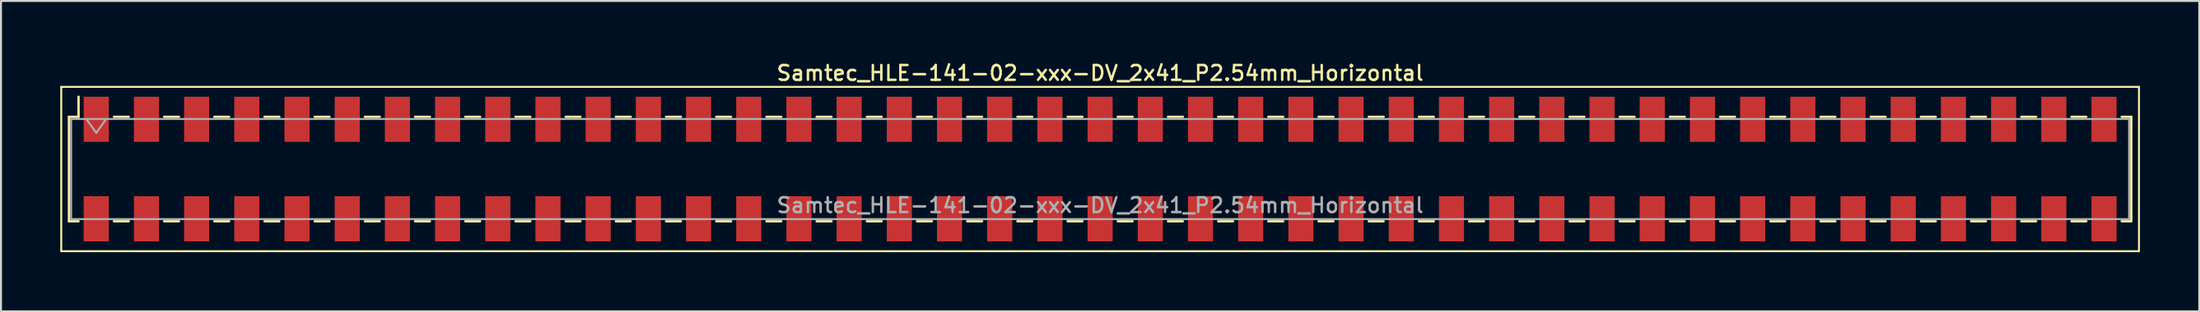
<source format=kicad_pcb>
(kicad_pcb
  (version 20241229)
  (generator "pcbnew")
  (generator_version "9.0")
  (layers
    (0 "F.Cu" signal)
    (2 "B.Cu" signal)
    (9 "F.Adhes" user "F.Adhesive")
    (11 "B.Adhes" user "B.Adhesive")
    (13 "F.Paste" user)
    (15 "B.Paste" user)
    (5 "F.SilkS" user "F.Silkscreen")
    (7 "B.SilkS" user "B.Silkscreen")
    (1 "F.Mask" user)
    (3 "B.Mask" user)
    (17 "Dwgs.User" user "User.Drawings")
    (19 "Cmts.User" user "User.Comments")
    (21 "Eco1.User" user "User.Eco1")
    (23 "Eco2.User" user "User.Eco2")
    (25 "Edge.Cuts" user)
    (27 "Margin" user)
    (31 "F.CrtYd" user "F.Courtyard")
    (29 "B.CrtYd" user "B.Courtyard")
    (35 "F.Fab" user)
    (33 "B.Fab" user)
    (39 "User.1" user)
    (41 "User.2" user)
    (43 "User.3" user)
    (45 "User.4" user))
  (footprint "Samtec_HLE-141-02-xxx-DV_2x41_P2.54mm_Horizontal"
    (layer "F.Cu")
    (at 52.62 5.528)
    (property "Reference" "Samtec_HLE-141-02-xxx-DV_2x41_P2.54mm_Horizontal" (at 0 -4.87 0) (layer "F.SilkS") (effects (font (size 0.75 0.75) (thickness 0.125))))
    (attr smd)
    (fp_line (start -52.57 -4.17) (end 52.57 -4.17) (stroke (width 0.1) (type solid)) (layer "F.SilkS"))
    (fp_line (start -52.57 4.17) (end -52.57 -4.17) (stroke (width 0.1) (type solid)) (layer "F.SilkS"))
    (fp_line (start -52.18 -2.65) (end -52.18 2.65) (stroke (width 0.12) (type solid)) (layer "F.SilkS"))
    (fp_line (start -52.18 2.65) (end -51.695 2.65) (stroke (width 0.12) (type solid)) (layer "F.SilkS"))
    (fp_line (start -51.695 -3.67) (end -51.695 -2.65) (stroke (width 0.12) (type solid)) (layer "F.SilkS"))
    (fp_line (start -51.695 -2.65) (end -52.18 -2.65) (stroke (width 0.12) (type solid)) (layer "F.SilkS"))
    (fp_line (start -49.905 -2.65) (end -49.155 -2.65) (stroke (width 0.12) (type solid)) (layer "F.SilkS"))
    (fp_line (start -49.905 2.65) (end -49.155 2.65) (stroke (width 0.12) (type solid)) (layer "F.SilkS"))
    (fp_line (start -47.365 -2.65) (end -46.615 -2.65) (stroke (width 0.12) (type solid)) (layer "F.SilkS"))
    (fp_line (start -47.365 2.65) (end -46.615 2.65) (stroke (width 0.12) (type solid)) (layer "F.SilkS"))
    (fp_line (start -44.825 -2.65) (end -44.075 -2.65) (stroke (width 0.12) (type solid)) (layer "F.SilkS"))
    (fp_line (start -44.825 2.65) (end -44.075 2.65) (stroke (width 0.12) (type solid)) (layer "F.SilkS"))
    (fp_line (start -42.285 -2.65) (end -41.535 -2.65) (stroke (width 0.12) (type solid)) (layer "F.SilkS"))
    (fp_line (start -42.285 2.65) (end -41.535 2.65) (stroke (width 0.12) (type solid)) (layer "F.SilkS"))
    (fp_line (start -39.745 -2.65) (end -38.995 -2.65) (stroke (width 0.12) (type solid)) (layer "F.SilkS"))
    (fp_line (start -39.745 2.65) (end -38.995 2.65) (stroke (width 0.12) (type solid)) (layer "F.SilkS"))
    (fp_line (start -37.205 -2.65) (end -36.455 -2.65) (stroke (width 0.12) (type solid)) (layer "F.SilkS"))
    (fp_line (start -37.205 2.65) (end -36.455 2.65) (stroke (width 0.12) (type solid)) (layer "F.SilkS"))
    (fp_line (start -34.665 -2.65) (end -33.915 -2.65) (stroke (width 0.12) (type solid)) (layer "F.SilkS"))
    (fp_line (start -34.665 2.65) (end -33.915 2.65) (stroke (width 0.12) (type solid)) (layer "F.SilkS"))
    (fp_line (start -32.125 -2.65) (end -31.375 -2.65) (stroke (width 0.12) (type solid)) (layer "F.SilkS"))
    (fp_line (start -32.125 2.65) (end -31.375 2.65) (stroke (width 0.12) (type solid)) (layer "F.SilkS"))
    (fp_line (start -29.585 -2.65) (end -28.835 -2.65) (stroke (width 0.12) (type solid)) (layer "F.SilkS"))
    (fp_line (start -29.585 2.65) (end -28.835 2.65) (stroke (width 0.12) (type solid)) (layer "F.SilkS"))
    (fp_line (start -27.045 -2.65) (end -26.295 -2.65) (stroke (width 0.12) (type solid)) (layer "F.SilkS"))
    (fp_line (start -27.045 2.65) (end -26.295 2.65) (stroke (width 0.12) (type solid)) (layer "F.SilkS"))
    (fp_line (start -24.505 -2.65) (end -23.755 -2.65) (stroke (width 0.12) (type solid)) (layer "F.SilkS"))
    (fp_line (start -24.505 2.65) (end -23.755 2.65) (stroke (width 0.12) (type solid)) (layer "F.SilkS"))
    (fp_line (start -21.965 -2.65) (end -21.215 -2.65) (stroke (width 0.12) (type solid)) (layer "F.SilkS"))
    (fp_line (start -21.965 2.65) (end -21.215 2.65) (stroke (width 0.12) (type solid)) (layer "F.SilkS"))
    (fp_line (start -19.425 -2.65) (end -18.675 -2.65) (stroke (width 0.12) (type solid)) (layer "F.SilkS"))
    (fp_line (start -19.425 2.65) (end -18.675 2.65) (stroke (width 0.12) (type solid)) (layer "F.SilkS"))
    (fp_line (start -16.885 -2.65) (end -16.135 -2.65) (stroke (width 0.12) (type solid)) (layer "F.SilkS"))
    (fp_line (start -16.885 2.65) (end -16.135 2.65) (stroke (width 0.12) (type solid)) (layer "F.SilkS"))
    (fp_line (start -14.345 -2.65) (end -13.595 -2.65) (stroke (width 0.12) (type solid)) (layer "F.SilkS"))
    (fp_line (start -14.345 2.65) (end -13.595 2.65) (stroke (width 0.12) (type solid)) (layer "F.SilkS"))
    (fp_line (start -11.805 -2.65) (end -11.055 -2.65) (stroke (width 0.12) (type solid)) (layer "F.SilkS"))
    (fp_line (start -11.805 2.65) (end -11.055 2.65) (stroke (width 0.12) (type solid)) (layer "F.SilkS"))
    (fp_line (start -9.265 -2.65) (end -8.515 -2.65) (stroke (width 0.12) (type solid)) (layer "F.SilkS"))
    (fp_line (start -9.265 2.65) (end -8.515 2.65) (stroke (width 0.12) (type solid)) (layer "F.SilkS"))
    (fp_line (start -6.725 -2.65) (end -5.975 -2.65) (stroke (width 0.12) (type solid)) (layer "F.SilkS"))
    (fp_line (start -6.725 2.65) (end -5.975 2.65) (stroke (width 0.12) (type solid)) (layer "F.SilkS"))
    (fp_line (start -4.185 -2.65) (end -3.435 -2.65) (stroke (width 0.12) (type solid)) (layer "F.SilkS"))
    (fp_line (start -4.185 2.65) (end -3.435 2.65) (stroke (width 0.12) (type solid)) (layer "F.SilkS"))
    (fp_line (start -1.645 -2.65) (end -0.895 -2.65) (stroke (width 0.12) (type solid)) (layer "F.SilkS"))
    (fp_line (start -1.645 2.65) (end -0.895 2.65) (stroke (width 0.12) (type solid)) (layer "F.SilkS"))
    (fp_line (start 0.895 -2.65) (end 1.645 -2.65) (stroke (width 0.12) (type solid)) (layer "F.SilkS"))
    (fp_line (start 0.895 2.65) (end 1.645 2.65) (stroke (width 0.12) (type solid)) (layer "F.SilkS"))
    (fp_line (start 3.435 -2.65) (end 4.185 -2.65) (stroke (width 0.12) (type solid)) (layer "F.SilkS"))
    (fp_line (start 3.435 2.65) (end 4.185 2.65) (stroke (width 0.12) (type solid)) (layer "F.SilkS"))
    (fp_line (start 5.975 -2.65) (end 6.725 -2.65) (stroke (width 0.12) (type solid)) (layer "F.SilkS"))
    (fp_line (start 5.975 2.65) (end 6.725 2.65) (stroke (width 0.12) (type solid)) (layer "F.SilkS"))
    (fp_line (start 8.515 -2.65) (end 9.265 -2.65) (stroke (width 0.12) (type solid)) (layer "F.SilkS"))
    (fp_line (start 8.515 2.65) (end 9.265 2.65) (stroke (width 0.12) (type solid)) (layer "F.SilkS"))
    (fp_line (start 11.055 -2.65) (end 11.805 -2.65) (stroke (width 0.12) (type solid)) (layer "F.SilkS"))
    (fp_line (start 11.055 2.65) (end 11.805 2.65) (stroke (width 0.12) (type solid)) (layer "F.SilkS"))
    (fp_line (start 13.595 -2.65) (end 14.345 -2.65) (stroke (width 0.12) (type solid)) (layer "F.SilkS"))
    (fp_line (start 13.595 2.65) (end 14.345 2.65) (stroke (width 0.12) (type solid)) (layer "F.SilkS"))
    (fp_line (start 16.135 -2.65) (end 16.885 -2.65) (stroke (width 0.12) (type solid)) (layer "F.SilkS"))
    (fp_line (start 16.135 2.65) (end 16.885 2.65) (stroke (width 0.12) (type solid)) (layer "F.SilkS"))
    (fp_line (start 18.675 -2.65) (end 19.425 -2.65) (stroke (width 0.12) (type solid)) (layer "F.SilkS"))
    (fp_line (start 18.675 2.65) (end 19.425 2.65) (stroke (width 0.12) (type solid)) (layer "F.SilkS"))
    (fp_line (start 21.215 -2.65) (end 21.965 -2.65) (stroke (width 0.12) (type solid)) (layer "F.SilkS"))
    (fp_line (start 21.215 2.65) (end 21.965 2.65) (stroke (width 0.12) (type solid)) (layer "F.SilkS"))
    (fp_line (start 23.755 -2.65) (end 24.505 -2.65) (stroke (width 0.12) (type solid)) (layer "F.SilkS"))
    (fp_line (start 23.755 2.65) (end 24.505 2.65) (stroke (width 0.12) (type solid)) (layer "F.SilkS"))
    (fp_line (start 26.295 -2.65) (end 27.045 -2.65) (stroke (width 0.12) (type solid)) (layer "F.SilkS"))
    (fp_line (start 26.295 2.65) (end 27.045 2.65) (stroke (width 0.12) (type solid)) (layer "F.SilkS"))
    (fp_line (start 28.835 -2.65) (end 29.585 -2.65) (stroke (width 0.12) (type solid)) (layer "F.SilkS"))
    (fp_line (start 28.835 2.65) (end 29.585 2.65) (stroke (width 0.12) (type solid)) (layer "F.SilkS"))
    (fp_line (start 31.375 -2.65) (end 32.125 -2.65) (stroke (width 0.12) (type solid)) (layer "F.SilkS"))
    (fp_line (start 31.375 2.65) (end 32.125 2.65) (stroke (width 0.12) (type solid)) (layer "F.SilkS"))
    (fp_line (start 33.915 -2.65) (end 34.665 -2.65) (stroke (width 0.12) (type solid)) (layer "F.SilkS"))
    (fp_line (start 33.915 2.65) (end 34.665 2.65) (stroke (width 0.12) (type solid)) (layer "F.SilkS"))
    (fp_line (start 36.455 -2.65) (end 37.205 -2.65) (stroke (width 0.12) (type solid)) (layer "F.SilkS"))
    (fp_line (start 36.455 2.65) (end 37.205 2.65) (stroke (width 0.12) (type solid)) (layer "F.SilkS"))
    (fp_line (start 38.995 -2.65) (end 39.745 -2.65) (stroke (width 0.12) (type solid)) (layer "F.SilkS"))
    (fp_line (start 38.995 2.65) (end 39.745 2.65) (stroke (width 0.12) (type solid)) (layer "F.SilkS"))
    (fp_line (start 41.535 -2.65) (end 42.285 -2.65) (stroke (width 0.12) (type solid)) (layer "F.SilkS"))
    (fp_line (start 41.535 2.65) (end 42.285 2.65) (stroke (width 0.12) (type solid)) (layer "F.SilkS"))
    (fp_line (start 44.075 -2.65) (end 44.825 -2.65) (stroke (width 0.12) (type solid)) (layer "F.SilkS"))
    (fp_line (start 44.075 2.65) (end 44.825 2.65) (stroke (width 0.12) (type solid)) (layer "F.SilkS"))
    (fp_line (start 46.615 -2.65) (end 47.365 -2.65) (stroke (width 0.12) (type solid)) (layer "F.SilkS"))
    (fp_line (start 46.615 2.65) (end 47.365 2.65) (stroke (width 0.12) (type solid)) (layer "F.SilkS"))
    (fp_line (start 49.155 -2.65) (end 49.905 -2.65) (stroke (width 0.12) (type solid)) (layer "F.SilkS"))
    (fp_line (start 49.155 2.65) (end 49.905 2.65) (stroke (width 0.12) (type solid)) (layer "F.SilkS"))
    (fp_line (start 51.695 -2.65) (end 52.18 -2.65) (stroke (width 0.12) (type solid)) (layer "F.SilkS"))
    (fp_line (start 52.18 -2.65) (end 52.18 2.65) (stroke (width 0.12) (type solid)) (layer "F.SilkS"))
    (fp_line (start 52.18 2.65) (end 51.695 2.65) (stroke (width 0.12) (type solid)) (layer "F.SilkS"))
    (fp_line (start 52.57 -4.17) (end 52.57 4.17) (stroke (width 0.1) (type solid)) (layer "F.SilkS"))
    (fp_line (start 52.57 4.17) (end -52.57 4.17) (stroke (width 0.1) (type solid)) (layer "F.SilkS"))
    (fp_line (start -52.07 -2.54) (end 52.07 -2.54) (stroke (width 0.1) (type solid)) (layer "F.Fab"))
    (fp_line (start -52.07 2.54) (end -52.07 -2.54) (stroke (width 0.1) (type solid)) (layer "F.Fab"))
    (fp_line (start -51.3 -2.54) (end -50.8 -1.833) (stroke (width 0.1) (type solid)) (layer "F.Fab"))
    (fp_line (start -50.8 -1.833) (end -50.3 -2.54) (stroke (width 0.1) (type solid)) (layer "F.Fab"))
    (fp_line (start 52.07 -2.54) (end 52.07 2.54) (stroke (width 0.1) (type solid)) (layer "F.Fab"))
    (fp_line (start 52.07 2.54) (end -52.07 2.54) (stroke (width 0.1) (type solid)) (layer "F.Fab"))
    (fp_text user "${REFERENCE}" (at 0 1.84 0) (layer "F.Fab") (effects (font (size 0.75 0.75) (thickness 0.125))))
    (pad "1" smd rect (at -50.8 -2.525) (size 1.27 2.29) (layers "F.Cu" "F.Mask" "F.Paste"))
    (pad "2" smd rect (at -50.8 2.525) (size 1.27 2.29) (layers "F.Cu" "F.Mask" "F.Paste"))
    (pad "3" smd rect (at -48.26 -2.525) (size 1.27 2.29) (layers "F.Cu" "F.Mask" "F.Paste"))
    (pad "4" smd rect (at -48.26 2.525) (size 1.27 2.29) (layers "F.Cu" "F.Mask" "F.Paste"))
    (pad "5" smd rect (at -45.72 -2.525) (size 1.27 2.29) (layers "F.Cu" "F.Mask" "F.Paste"))
    (pad "6" smd rect (at -45.72 2.525) (size 1.27 2.29) (layers "F.Cu" "F.Mask" "F.Paste"))
    (pad "7" smd rect (at -43.18 -2.525) (size 1.27 2.29) (layers "F.Cu" "F.Mask" "F.Paste"))
    (pad "8" smd rect (at -43.18 2.525) (size 1.27 2.29) (layers "F.Cu" "F.Mask" "F.Paste"))
    (pad "9" smd rect (at -40.64 -2.525) (size 1.27 2.29) (layers "F.Cu" "F.Mask" "F.Paste"))
    (pad "10" smd rect (at -40.64 2.525) (size 1.27 2.29) (layers "F.Cu" "F.Mask" "F.Paste"))
    (pad "11" smd rect (at -38.1 -2.525) (size 1.27 2.29) (layers "F.Cu" "F.Mask" "F.Paste"))
    (pad "12" smd rect (at -38.1 2.525) (size 1.27 2.29) (layers "F.Cu" "F.Mask" "F.Paste"))
    (pad "13" smd rect (at -35.56 -2.525) (size 1.27 2.29) (layers "F.Cu" "F.Mask" "F.Paste"))
    (pad "14" smd rect (at -35.56 2.525) (size 1.27 2.29) (layers "F.Cu" "F.Mask" "F.Paste"))
    (pad "15" smd rect (at -33.02 -2.525) (size 1.27 2.29) (layers "F.Cu" "F.Mask" "F.Paste"))
    (pad "16" smd rect (at -33.02 2.525) (size 1.27 2.29) (layers "F.Cu" "F.Mask" "F.Paste"))
    (pad "17" smd rect (at -30.48 -2.525) (size 1.27 2.29) (layers "F.Cu" "F.Mask" "F.Paste"))
    (pad "18" smd rect (at -30.48 2.525) (size 1.27 2.29) (layers "F.Cu" "F.Mask" "F.Paste"))
    (pad "19" smd rect (at -27.94 -2.525) (size 1.27 2.29) (layers "F.Cu" "F.Mask" "F.Paste"))
    (pad "20" smd rect (at -27.94 2.525) (size 1.27 2.29) (layers "F.Cu" "F.Mask" "F.Paste"))
    (pad "21" smd rect (at -25.4 -2.525) (size 1.27 2.29) (layers "F.Cu" "F.Mask" "F.Paste"))
    (pad "22" smd rect (at -25.4 2.525) (size 1.27 2.29) (layers "F.Cu" "F.Mask" "F.Paste"))
    (pad "23" smd rect (at -22.86 -2.525) (size 1.27 2.29) (layers "F.Cu" "F.Mask" "F.Paste"))
    (pad "24" smd rect (at -22.86 2.525) (size 1.27 2.29) (layers "F.Cu" "F.Mask" "F.Paste"))
    (pad "25" smd rect (at -20.32 -2.525) (size 1.27 2.29) (layers "F.Cu" "F.Mask" "F.Paste"))
    (pad "26" smd rect (at -20.32 2.525) (size 1.27 2.29) (layers "F.Cu" "F.Mask" "F.Paste"))
    (pad "27" smd rect (at -17.78 -2.525) (size 1.27 2.29) (layers "F.Cu" "F.Mask" "F.Paste"))
    (pad "28" smd rect (at -17.78 2.525) (size 1.27 2.29) (layers "F.Cu" "F.Mask" "F.Paste"))
    (pad "29" smd rect (at -15.24 -2.525) (size 1.27 2.29) (layers "F.Cu" "F.Mask" "F.Paste"))
    (pad "30" smd rect (at -15.24 2.525) (size 1.27 2.29) (layers "F.Cu" "F.Mask" "F.Paste"))
    (pad "31" smd rect (at -12.7 -2.525) (size 1.27 2.29) (layers "F.Cu" "F.Mask" "F.Paste"))
    (pad "32" smd rect (at -12.7 2.525) (size 1.27 2.29) (layers "F.Cu" "F.Mask" "F.Paste"))
    (pad "33" smd rect (at -10.16 -2.525) (size 1.27 2.29) (layers "F.Cu" "F.Mask" "F.Paste"))
    (pad "34" smd rect (at -10.16 2.525) (size 1.27 2.29) (layers "F.Cu" "F.Mask" "F.Paste"))
    (pad "35" smd rect (at -7.62 -2.525) (size 1.27 2.29) (layers "F.Cu" "F.Mask" "F.Paste"))
    (pad "36" smd rect (at -7.62 2.525) (size 1.27 2.29) (layers "F.Cu" "F.Mask" "F.Paste"))
    (pad "37" smd rect (at -5.08 -2.525) (size 1.27 2.29) (layers "F.Cu" "F.Mask" "F.Paste"))
    (pad "38" smd rect (at -5.08 2.525) (size 1.27 2.29) (layers "F.Cu" "F.Mask" "F.Paste"))
    (pad "39" smd rect (at -2.54 -2.525) (size 1.27 2.29) (layers "F.Cu" "F.Mask" "F.Paste"))
    (pad "40" smd rect (at -2.54 2.525) (size 1.27 2.29) (layers "F.Cu" "F.Mask" "F.Paste"))
    (pad "41" smd rect (at 0 -2.525) (size 1.27 2.29) (layers "F.Cu" "F.Mask" "F.Paste"))
    (pad "42" smd rect (at 0 2.525) (size 1.27 2.29) (layers "F.Cu" "F.Mask" "F.Paste"))
    (pad "43" smd rect (at 2.54 -2.525) (size 1.27 2.29) (layers "F.Cu" "F.Mask" "F.Paste"))
    (pad "44" smd rect (at 2.54 2.525) (size 1.27 2.29) (layers "F.Cu" "F.Mask" "F.Paste"))
    (pad "45" smd rect (at 5.08 -2.525) (size 1.27 2.29) (layers "F.Cu" "F.Mask" "F.Paste"))
    (pad "46" smd rect (at 5.08 2.525) (size 1.27 2.29) (layers "F.Cu" "F.Mask" "F.Paste"))
    (pad "47" smd rect (at 7.62 -2.525) (size 1.27 2.29) (layers "F.Cu" "F.Mask" "F.Paste"))
    (pad "48" smd rect (at 7.62 2.525) (size 1.27 2.29) (layers "F.Cu" "F.Mask" "F.Paste"))
    (pad "49" smd rect (at 10.16 -2.525) (size 1.27 2.29) (layers "F.Cu" "F.Mask" "F.Paste"))
    (pad "50" smd rect (at 10.16 2.525) (size 1.27 2.29) (layers "F.Cu" "F.Mask" "F.Paste"))
    (pad "51" smd rect (at 12.7 -2.525) (size 1.27 2.29) (layers "F.Cu" "F.Mask" "F.Paste"))
    (pad "52" smd rect (at 12.7 2.525) (size 1.27 2.29) (layers "F.Cu" "F.Mask" "F.Paste"))
    (pad "53" smd rect (at 15.24 -2.525) (size 1.27 2.29) (layers "F.Cu" "F.Mask" "F.Paste"))
    (pad "54" smd rect (at 15.24 2.525) (size 1.27 2.29) (layers "F.Cu" "F.Mask" "F.Paste"))
    (pad "55" smd rect (at 17.78 -2.525) (size 1.27 2.29) (layers "F.Cu" "F.Mask" "F.Paste"))
    (pad "56" smd rect (at 17.78 2.525) (size 1.27 2.29) (layers "F.Cu" "F.Mask" "F.Paste"))
    (pad "57" smd rect (at 20.32 -2.525) (size 1.27 2.29) (layers "F.Cu" "F.Mask" "F.Paste"))
    (pad "58" smd rect (at 20.32 2.525) (size 1.27 2.29) (layers "F.Cu" "F.Mask" "F.Paste"))
    (pad "59" smd rect (at 22.86 -2.525) (size 1.27 2.29) (layers "F.Cu" "F.Mask" "F.Paste"))
    (pad "60" smd rect (at 22.86 2.525) (size 1.27 2.29) (layers "F.Cu" "F.Mask" "F.Paste"))
    (pad "61" smd rect (at 25.4 -2.525) (size 1.27 2.29) (layers "F.Cu" "F.Mask" "F.Paste"))
    (pad "62" smd rect (at 25.4 2.525) (size 1.27 2.29) (layers "F.Cu" "F.Mask" "F.Paste"))
    (pad "63" smd rect (at 27.94 -2.525) (size 1.27 2.29) (layers "F.Cu" "F.Mask" "F.Paste"))
    (pad "64" smd rect (at 27.94 2.525) (size 1.27 2.29) (layers "F.Cu" "F.Mask" "F.Paste"))
    (pad "65" smd rect (at 30.48 -2.525) (size 1.27 2.29) (layers "F.Cu" "F.Mask" "F.Paste"))
    (pad "66" smd rect (at 30.48 2.525) (size 1.27 2.29) (layers "F.Cu" "F.Mask" "F.Paste"))
    (pad "67" smd rect (at 33.02 -2.525) (size 1.27 2.29) (layers "F.Cu" "F.Mask" "F.Paste"))
    (pad "68" smd rect (at 33.02 2.525) (size 1.27 2.29) (layers "F.Cu" "F.Mask" "F.Paste"))
    (pad "69" smd rect (at 35.56 -2.525) (size 1.27 2.29) (layers "F.Cu" "F.Mask" "F.Paste"))
    (pad "70" smd rect (at 35.56 2.525) (size 1.27 2.29) (layers "F.Cu" "F.Mask" "F.Paste"))
    (pad "71" smd rect (at 38.1 -2.525) (size 1.27 2.29) (layers "F.Cu" "F.Mask" "F.Paste"))
    (pad "72" smd rect (at 38.1 2.525) (size 1.27 2.29) (layers "F.Cu" "F.Mask" "F.Paste"))
    (pad "73" smd rect (at 40.64 -2.525) (size 1.27 2.29) (layers "F.Cu" "F.Mask" "F.Paste"))
    (pad "74" smd rect (at 40.64 2.525) (size 1.27 2.29) (layers "F.Cu" "F.Mask" "F.Paste"))
    (pad "75" smd rect (at 43.18 -2.525) (size 1.27 2.29) (layers "F.Cu" "F.Mask" "F.Paste"))
    (pad "76" smd rect (at 43.18 2.525) (size 1.27 2.29) (layers "F.Cu" "F.Mask" "F.Paste"))
    (pad "77" smd rect (at 45.72 -2.525) (size 1.27 2.29) (layers "F.Cu" "F.Mask" "F.Paste"))
    (pad "78" smd rect (at 45.72 2.525) (size 1.27 2.29) (layers "F.Cu" "F.Mask" "F.Paste"))
    (pad "79" smd rect (at 48.26 -2.525) (size 1.27 2.29) (layers "F.Cu" "F.Mask" "F.Paste"))
    (pad "80" smd rect (at 48.26 2.525) (size 1.27 2.29) (layers "F.Cu" "F.Mask" "F.Paste"))
    (pad "81" smd rect (at 50.8 -2.525) (size 1.27 2.29) (layers "F.Cu" "F.Mask" "F.Paste"))
    (pad "82" smd rect (at 50.8 2.525) (size 1.27 2.29) (layers "F.Cu" "F.Mask" "F.Paste")))
  (gr_rect
    (start -3 -3)
    (end 108.24 12.748)
    (stroke (width 0.1) (type default))
    (fill no)
    (layer "Edge.Cuts")))
</source>
